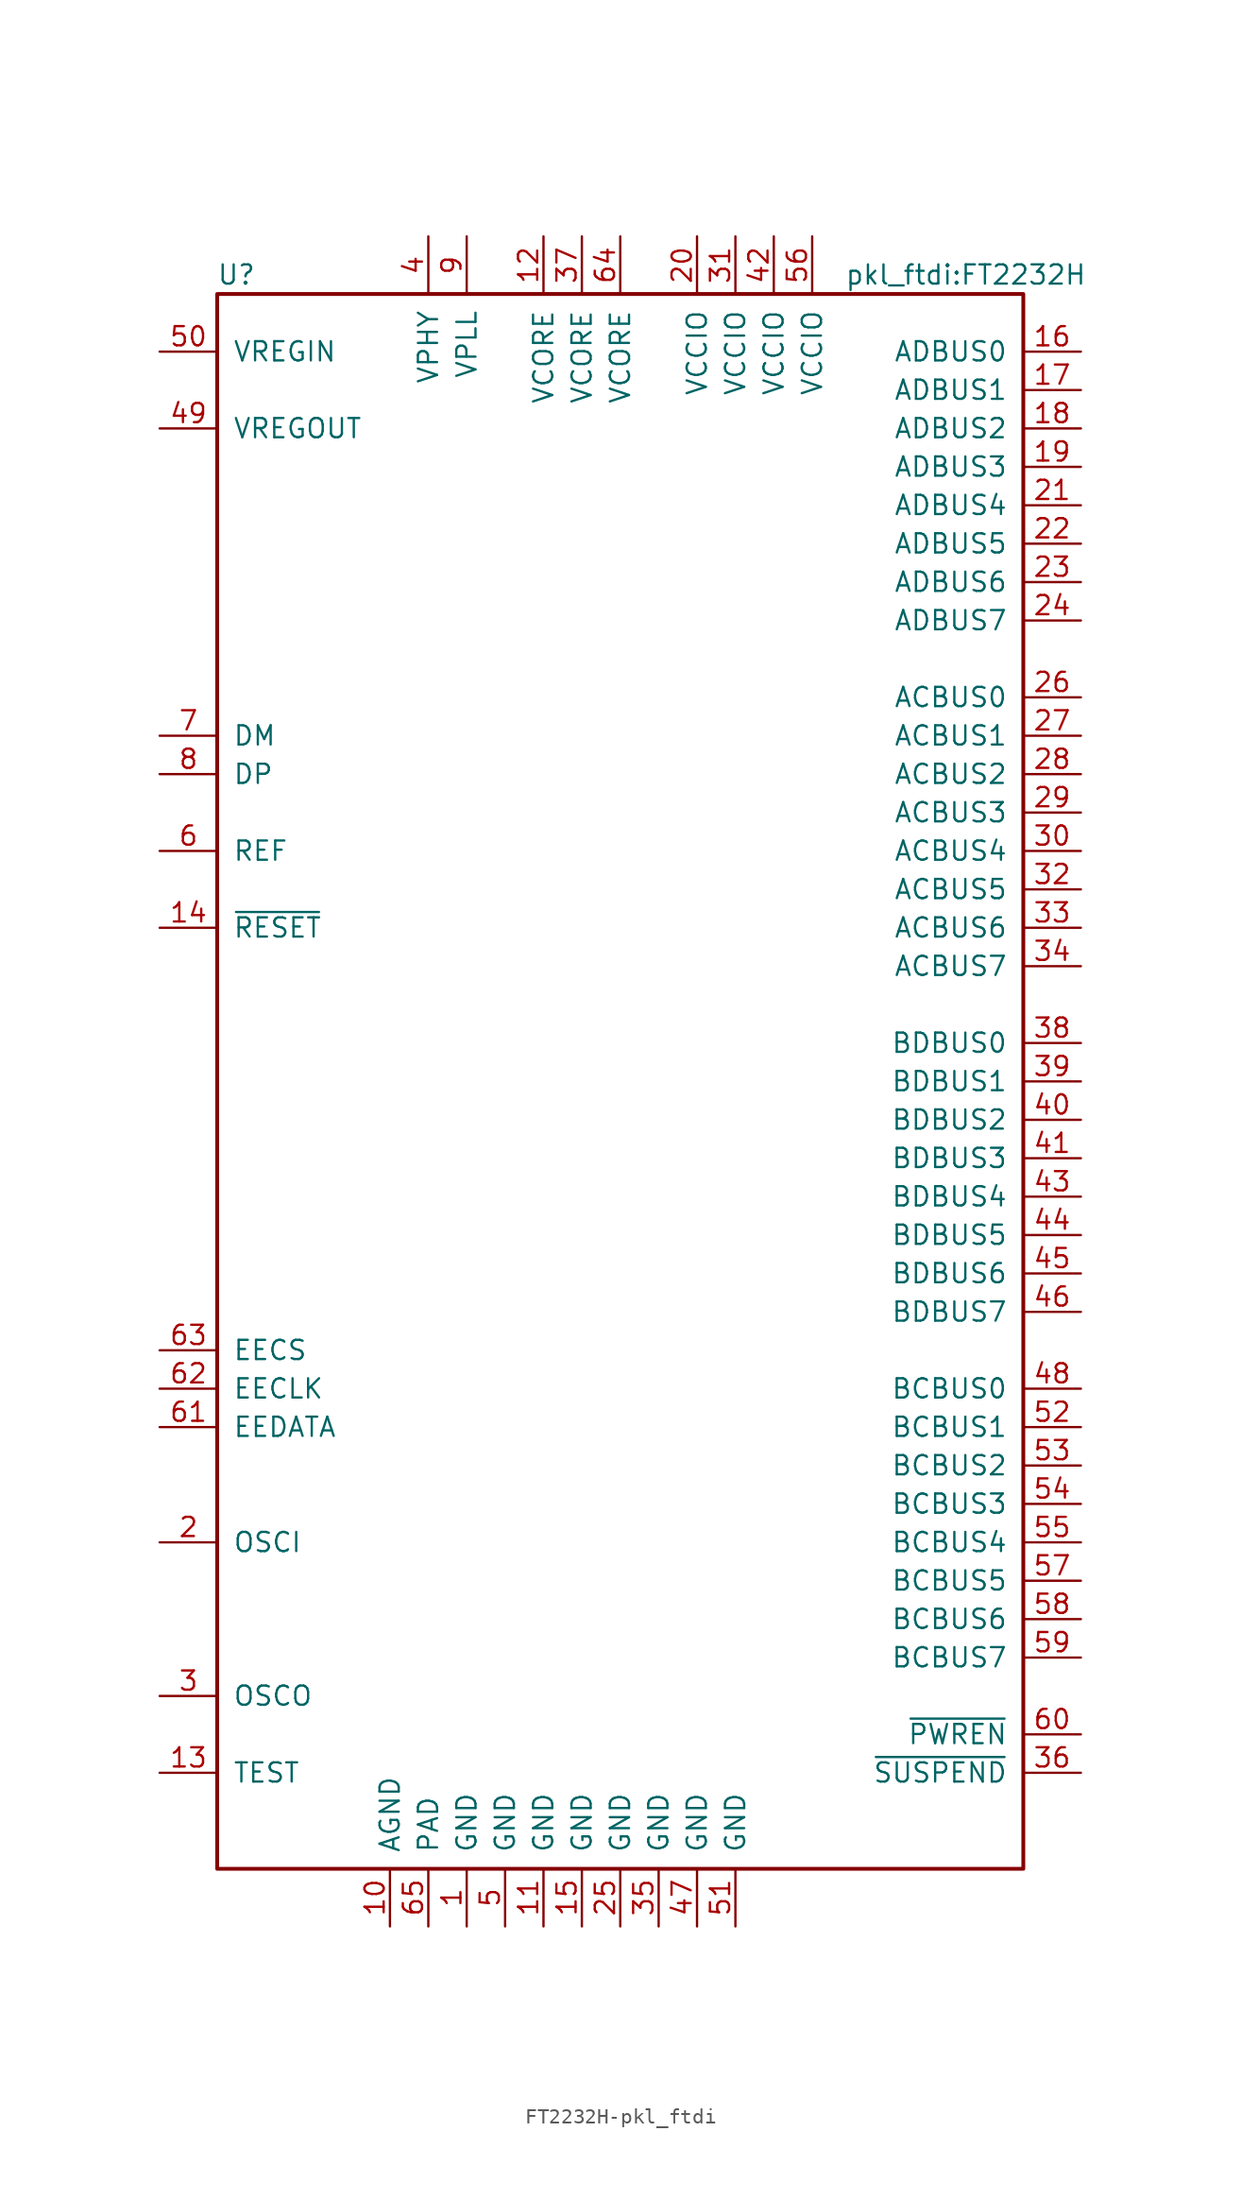
<source format=kicad_sym>
(kicad_symbol_lib
  (version 20231120)
  (generator "kicad_symbol_editor")
  (generator_version "8.0")
  (symbol "FT2232H-pkl_ftdi"
    (pin_names
      (offset 1.016))
    (property "Reference" "U"
      (at -25.4 53.34 0)
      (effects (font (size 1.27 1.27))))
    (property "Value" "pkl_ftdi:FT2232H"
      (at 22.86 53.34 0)
      (effects (font (size 1.27 1.27))))
    (symbol "FT2232H-pkl_ftdi_1_1"
      (rectangle (start -26.67 -52.07) (end 26.67 52.07) (stroke (width 0.254) (type solid)) (fill (type none)))
      (pin power_in line (at -10.16 -55.88 90) (length 3.81) (name "GND" (effects (font (size 1.27 1.27)))) (number "1" (effects (font (size 1.27 1.27)))))
      (pin power_in line (at -15.24 -55.88 90) (length 3.81) (name "AGND" (effects (font (size 1.27 1.27)))) (number "10" (effects (font (size 1.27 1.27)))))
      (pin power_in line (at -5.08 -55.88 90) (length 3.81) (name "GND" (effects (font (size 1.27 1.27)))) (number "11" (effects (font (size 1.27 1.27)))))
      (pin power_in line (at -5.08 55.88 270) (length 3.81) (name "VCORE" (effects (font (size 1.27 1.27)))) (number "12" (effects (font (size 1.27 1.27)))))
      (pin input line (at -30.48 -45.72 0) (length 3.81) (name "TEST" (effects (font (size 1.27 1.27)))) (number "13" (effects (font (size 1.27 1.27)))))
      (pin input line (at -30.48 10.16 0) (length 3.81) (name "~{RESET}" (effects (font (size 1.27 1.27)))) (number "14" (effects (font (size 1.27 1.27)))))
      (pin power_in line (at -2.54 -55.88 90) (length 3.81) (name "GND" (effects (font (size 1.27 1.27)))) (number "15" (effects (font (size 1.27 1.27)))))
      (pin bidirectional line (at 30.48 48.26 180) (length 3.81) (name "ADBUS0" (effects (font (size 1.27 1.27)))) (number "16" (effects (font (size 1.27 1.27)))))
      (pin bidirectional line (at 30.48 45.72 180) (length 3.81) (name "ADBUS1" (effects (font (size 1.27 1.27)))) (number "17" (effects (font (size 1.27 1.27)))))
      (pin bidirectional line (at 30.48 43.18 180) (length 3.81) (name "ADBUS2" (effects (font (size 1.27 1.27)))) (number "18" (effects (font (size 1.27 1.27)))))
      (pin bidirectional line (at 30.48 40.64 180) (length 3.81) (name "ADBUS3" (effects (font (size 1.27 1.27)))) (number "19" (effects (font (size 1.27 1.27)))))
      (pin input line (at -30.48 -30.48 0) (length 3.81) (name "OSCI" (effects (font (size 1.27 1.27)))) (number "2" (effects (font (size 1.27 1.27)))))
      (pin power_in line (at 5.08 55.88 270) (length 3.81) (name "VCCIO" (effects (font (size 1.27 1.27)))) (number "20" (effects (font (size 1.27 1.27)))))
      (pin bidirectional line (at 30.48 38.1 180) (length 3.81) (name "ADBUS4" (effects (font (size 1.27 1.27)))) (number "21" (effects (font (size 1.27 1.27)))))
      (pin bidirectional line (at 30.48 35.56 180) (length 3.81) (name "ADBUS5" (effects (font (size 1.27 1.27)))) (number "22" (effects (font (size 1.27 1.27)))))
      (pin bidirectional line (at 30.48 33.02 180) (length 3.81) (name "ADBUS6" (effects (font (size 1.27 1.27)))) (number "23" (effects (font (size 1.27 1.27)))))
      (pin bidirectional line (at 30.48 30.48 180) (length 3.81) (name "ADBUS7" (effects (font (size 1.27 1.27)))) (number "24" (effects (font (size 1.27 1.27)))))
      (pin power_in line (at 0 -55.88 90) (length 3.81) (name "GND" (effects (font (size 1.27 1.27)))) (number "25" (effects (font (size 1.27 1.27)))))
      (pin bidirectional line (at 30.48 25.4 180) (length 3.81) (name "ACBUS0" (effects (font (size 1.27 1.27)))) (number "26" (effects (font (size 1.27 1.27)))))
      (pin bidirectional line (at 30.48 22.86 180) (length 3.81) (name "ACBUS1" (effects (font (size 1.27 1.27)))) (number "27" (effects (font (size 1.27 1.27)))))
      (pin bidirectional line (at 30.48 20.32 180) (length 3.81) (name "ACBUS2" (effects (font (size 1.27 1.27)))) (number "28" (effects (font (size 1.27 1.27)))))
      (pin bidirectional line (at 30.48 17.78 180) (length 3.81) (name "ACBUS3" (effects (font (size 1.27 1.27)))) (number "29" (effects (font (size 1.27 1.27)))))
      (pin output line (at -30.48 -40.64 0) (length 3.81) (name "OSCO" (effects (font (size 1.27 1.27)))) (number "3" (effects (font (size 1.27 1.27)))))
      (pin bidirectional line (at 30.48 15.24 180) (length 3.81) (name "ACBUS4" (effects (font (size 1.27 1.27)))) (number "30" (effects (font (size 1.27 1.27)))))
      (pin power_in line (at 7.62 55.88 270) (length 3.81) (name "VCCIO" (effects (font (size 1.27 1.27)))) (number "31" (effects (font (size 1.27 1.27)))))
      (pin bidirectional line (at 30.48 12.7 180) (length 3.81) (name "ACBUS5" (effects (font (size 1.27 1.27)))) (number "32" (effects (font (size 1.27 1.27)))))
      (pin bidirectional line (at 30.48 10.16 180) (length 3.81) (name "ACBUS6" (effects (font (size 1.27 1.27)))) (number "33" (effects (font (size 1.27 1.27)))))
      (pin bidirectional line (at 30.48 7.62 180) (length 3.81) (name "ACBUS7" (effects (font (size 1.27 1.27)))) (number "34" (effects (font (size 1.27 1.27)))))
      (pin power_in line (at 2.54 -55.88 90) (length 3.81) (name "GND" (effects (font (size 1.27 1.27)))) (number "35" (effects (font (size 1.27 1.27)))))
      (pin output line (at 30.48 -45.72 180) (length 3.81) (name "~{SUSPEND}" (effects (font (size 1.27 1.27)))) (number "36" (effects (font (size 1.27 1.27)))))
      (pin power_in line (at -2.54 55.88 270) (length 3.81) (name "VCORE" (effects (font (size 1.27 1.27)))) (number "37" (effects (font (size 1.27 1.27)))))
      (pin bidirectional line (at 30.48 2.54 180) (length 3.81) (name "BDBUS0" (effects (font (size 1.27 1.27)))) (number "38" (effects (font (size 1.27 1.27)))))
      (pin bidirectional line (at 30.48 0 180) (length 3.81) (name "BDBUS1" (effects (font (size 1.27 1.27)))) (number "39" (effects (font (size 1.27 1.27)))))
      (pin power_in line (at -12.7 55.88 270) (length 3.81) (name "VPHY" (effects (font (size 1.27 1.27)))) (number "4" (effects (font (size 1.27 1.27)))))
      (pin bidirectional line (at 30.48 -2.54 180) (length 3.81) (name "BDBUS2" (effects (font (size 1.27 1.27)))) (number "40" (effects (font (size 1.27 1.27)))))
      (pin bidirectional line (at 30.48 -5.08 180) (length 3.81) (name "BDBUS3" (effects (font (size 1.27 1.27)))) (number "41" (effects (font (size 1.27 1.27)))))
      (pin power_in line (at 10.16 55.88 270) (length 3.81) (name "VCCIO" (effects (font (size 1.27 1.27)))) (number "42" (effects (font (size 1.27 1.27)))))
      (pin bidirectional line (at 30.48 -7.62 180) (length 3.81) (name "BDBUS4" (effects (font (size 1.27 1.27)))) (number "43" (effects (font (size 1.27 1.27)))))
      (pin bidirectional line (at 30.48 -10.16 180) (length 3.81) (name "BDBUS5" (effects (font (size 1.27 1.27)))) (number "44" (effects (font (size 1.27 1.27)))))
      (pin bidirectional line (at 30.48 -12.7 180) (length 3.81) (name "BDBUS6" (effects (font (size 1.27 1.27)))) (number "45" (effects (font (size 1.27 1.27)))))
      (pin bidirectional line (at 30.48 -15.24 180) (length 3.81) (name "BDBUS7" (effects (font (size 1.27 1.27)))) (number "46" (effects (font (size 1.27 1.27)))))
      (pin power_in line (at 5.08 -55.88 90) (length 3.81) (name "GND" (effects (font (size 1.27 1.27)))) (number "47" (effects (font (size 1.27 1.27)))))
      (pin bidirectional line (at 30.48 -20.32 180) (length 3.81) (name "BCBUS0" (effects (font (size 1.27 1.27)))) (number "48" (effects (font (size 1.27 1.27)))))
      (pin power_out line (at -30.48 43.18 0) (length 3.81) (name "VREGOUT" (effects (font (size 1.27 1.27)))) (number "49" (effects (font (size 1.27 1.27)))))
      (pin power_in line (at -7.62 -55.88 90) (length 3.81) (name "GND" (effects (font (size 1.27 1.27)))) (number "5" (effects (font (size 1.27 1.27)))))
      (pin power_in line (at -30.48 48.26 0) (length 3.81) (name "VREGIN" (effects (font (size 1.27 1.27)))) (number "50" (effects (font (size 1.27 1.27)))))
      (pin power_in line (at 7.62 -55.88 90) (length 3.81) (name "GND" (effects (font (size 1.27 1.27)))) (number "51" (effects (font (size 1.27 1.27)))))
      (pin bidirectional line (at 30.48 -22.86 180) (length 3.81) (name "BCBUS1" (effects (font (size 1.27 1.27)))) (number "52" (effects (font (size 1.27 1.27)))))
      (pin bidirectional line (at 30.48 -25.4 180) (length 3.81) (name "BCBUS2" (effects (font (size 1.27 1.27)))) (number "53" (effects (font (size 1.27 1.27)))))
      (pin bidirectional line (at 30.48 -27.94 180) (length 3.81) (name "BCBUS3" (effects (font (size 1.27 1.27)))) (number "54" (effects (font (size 1.27 1.27)))))
      (pin bidirectional line (at 30.48 -30.48 180) (length 3.81) (name "BCBUS4" (effects (font (size 1.27 1.27)))) (number "55" (effects (font (size 1.27 1.27)))))
      (pin power_in line (at 12.7 55.88 270) (length 3.81) (name "VCCIO" (effects (font (size 1.27 1.27)))) (number "56" (effects (font (size 1.27 1.27)))))
      (pin bidirectional line (at 30.48 -33.02 180) (length 3.81) (name "BCBUS5" (effects (font (size 1.27 1.27)))) (number "57" (effects (font (size 1.27 1.27)))))
      (pin bidirectional line (at 30.48 -35.56 180) (length 3.81) (name "BCBUS6" (effects (font (size 1.27 1.27)))) (number "58" (effects (font (size 1.27 1.27)))))
      (pin bidirectional line (at 30.48 -38.1 180) (length 3.81) (name "BCBUS7" (effects (font (size 1.27 1.27)))) (number "59" (effects (font (size 1.27 1.27)))))
      (pin output line (at -30.48 15.24 0) (length 3.81) (name "REF" (effects (font (size 1.27 1.27)))) (number "6" (effects (font (size 1.27 1.27)))))
      (pin output line (at 30.48 -43.18 180) (length 3.81) (name "~{PWREN}" (effects (font (size 1.27 1.27)))) (number "60" (effects (font (size 1.27 1.27)))))
      (pin bidirectional line (at -30.48 -22.86 0) (length 3.81) (name "EEDATA" (effects (font (size 1.27 1.27)))) (number "61" (effects (font (size 1.27 1.27)))))
      (pin output line (at -30.48 -20.32 0) (length 3.81) (name "EECLK" (effects (font (size 1.27 1.27)))) (number "62" (effects (font (size 1.27 1.27)))))
      (pin output line (at -30.48 -17.78 0) (length 3.81) (name "EECS" (effects (font (size 1.27 1.27)))) (number "63" (effects (font (size 1.27 1.27)))))
      (pin power_in line (at 0 55.88 270) (length 3.81) (name "VCORE" (effects (font (size 1.27 1.27)))) (number "64" (effects (font (size 1.27 1.27)))))
      (pin passive line (at -12.7 -55.88 90) (length 3.81) (name "PAD" (effects (font (size 1.27 1.27)))) (number "65" (effects (font (size 1.27 1.27)))))
      (pin bidirectional line (at -30.48 22.86 0) (length 3.81) (name "DM" (effects (font (size 1.27 1.27)))) (number "7" (effects (font (size 1.27 1.27)))))
      (pin bidirectional line (at -30.48 20.32 0) (length 3.81) (name "DP" (effects (font (size 1.27 1.27)))) (number "8" (effects (font (size 1.27 1.27)))))
      (pin input line (at -10.16 55.88 270) (length 3.81) (name "VPLL" (effects (font (size 1.27 1.27)))) (number "9" (effects (font (size 1.27 1.27))))))))
</source>
